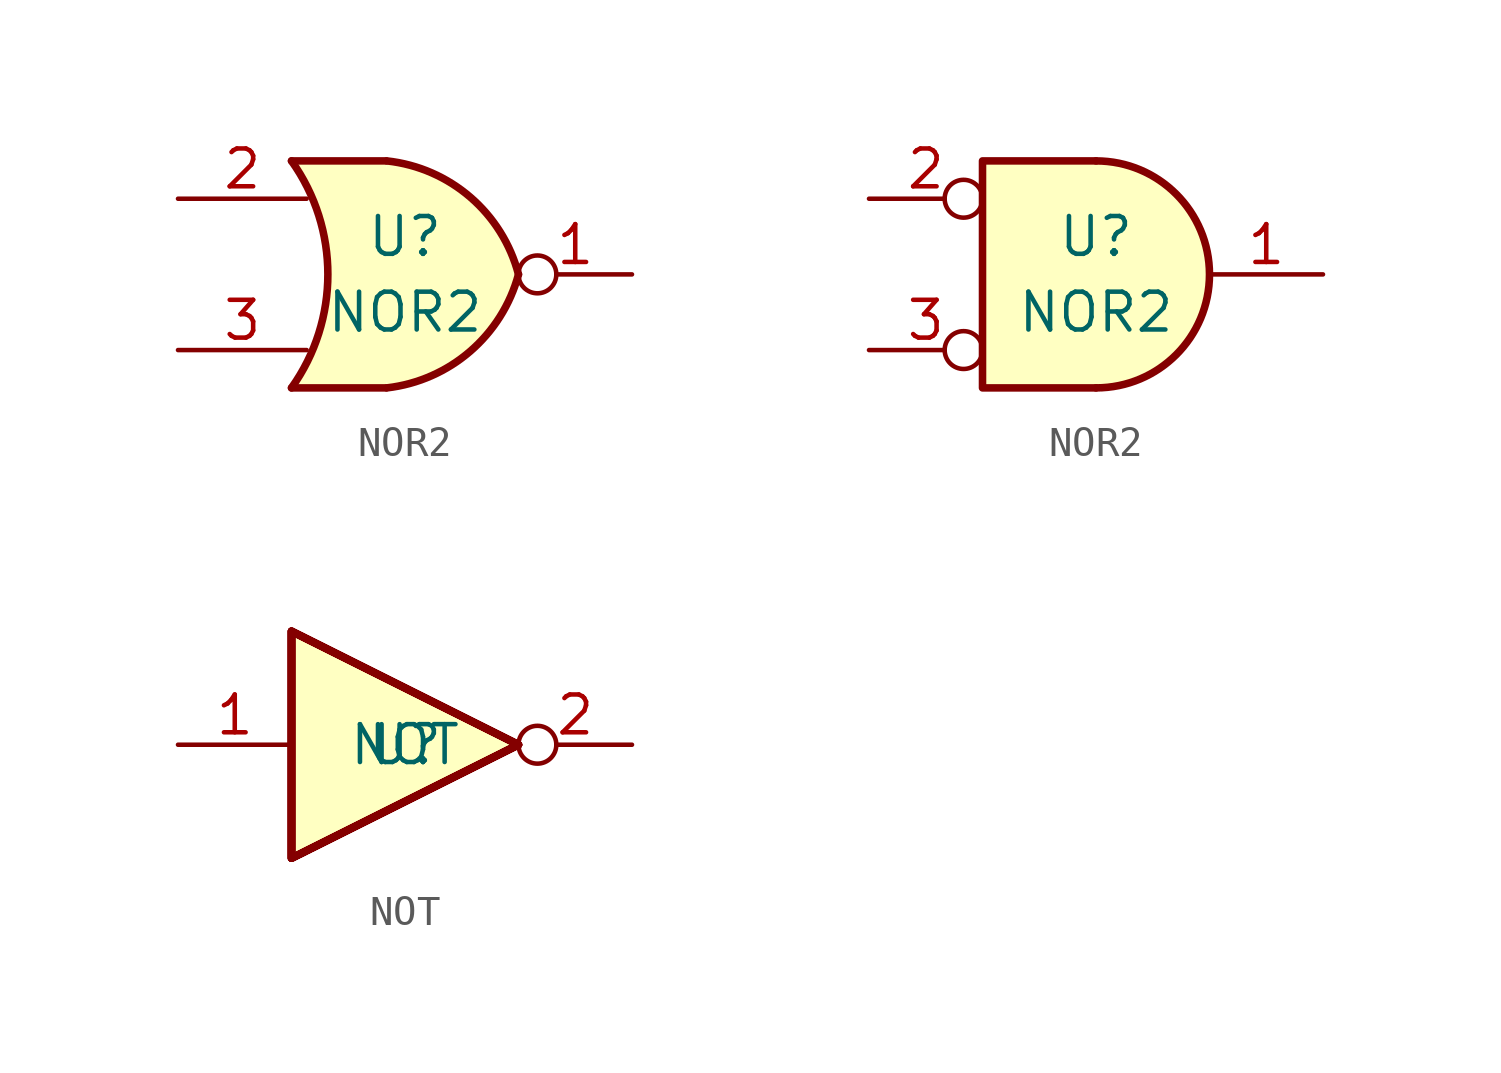
<source format=kicad_sym>
(kicad_symbol_lib
  (version 20211014)
  (generator kicad_symbol_editor)
  (symbol "NOR2"
    (pin_names
      (offset 1.016))
    (property "Reference" "U"
      (at 0 1.27 0)
      (effects (font (size 1.27 1.27))))
    (property "Value" "NOR2"
      (at 0 -1.27 0)
      (effects (font (size 1.27 1.27))))
    (symbol "NOR2_1_1"
      (arc (start -3.81 -3.81) (mid -2.589 0) (end -3.81 3.81) (stroke (width 0.254) (type default) (color 0 0 0 0)) (fill (type none)))
      (arc (start -0.6096 -3.81) (mid 2.1855 -2.584) (end 3.81 0) (stroke (width 0.254) (type default) (color 0 0 0 0)) (fill (type background)))
      (polyline (pts (xy -3.81 -3.81) (xy -0.635 -3.81)) (stroke (width 0.254) (type default) (color 0 0 0 0)) (fill (type background)))
      (polyline (pts (xy -3.81 3.81) (xy -0.635 3.81)) (stroke (width 0.254) (type default) (color 0 0 0 0)) (fill (type background)))
      (polyline (pts (xy -0.635 3.81) (xy -3.81 3.81) (xy -3.81 3.81) (xy -3.556 3.404) (xy -3.023 2.261) (xy -2.692 1.041) (xy -2.616 -0.254) (xy -2.769 -1.499) (xy -3.175 -2.718) (xy -3.81 -3.81) (xy -3.81 -3.81) (xy -0.635 -3.81)) (stroke (width -25.4) (type default) (color 0 0 0 0)) (fill (type background)))
      (arc (start 3.81 0) (mid 2.1928 2.5925) (end -0.6096 3.81) (stroke (width 0.254) (type default) (color 0 0 0 0)) (fill (type background)))
      (pin output inverted (at 7.62 0 180) (length 3.81) (name "~" (effects (font (size 1.27 1.27)))) (number "1" (effects (font (size 1.27 1.27)))))
      (pin input line (at -7.62 2.54 0) (length 4.318) (name "~" (effects (font (size 1.27 1.27)))) (number "2" (effects (font (size 1.27 1.27)))))
      (pin input line (at -7.62 -2.54 0) (length 4.318) (name "~" (effects (font (size 1.27 1.27)))) (number "3" (effects (font (size 1.27 1.27))))))
    (symbol "NOR2_1_2"
      (arc (start 0 -3.81) (mid 3.81 0) (end 0 3.81) (stroke (width 0.254) (type default) (color 0 0 0 0)) (fill (type background)))
      (polyline (pts (xy 0 3.81) (xy -3.81 3.81) (xy -3.81 -3.81) (xy 0 -3.81)) (stroke (width 0.254) (type default) (color 0 0 0 0)) (fill (type background)))
      (pin output line (at 7.62 0 180) (length 3.81) (name "~" (effects (font (size 1.27 1.27)))) (number "1" (effects (font (size 1.27 1.27)))))
      (pin input inverted (at -7.62 2.54 0) (length 3.81) (name "~" (effects (font (size 1.27 1.27)))) (number "2" (effects (font (size 1.27 1.27)))))
      (pin input inverted (at -7.62 -2.54 0) (length 3.81) (name "~" (effects (font (size 1.27 1.27)))) (number "3" (effects (font (size 1.27 1.27)))))))
  (symbol "NOT"
    (property "Reference" "U"
      (at 0 0 0)
      (effects (font (size 1.27 1.27))))
    (property "Value" "NOT"
      (at 0 0 0)
      (effects (font (size 1.27 1.27))))
    (symbol "NOT_1_0"
      (polyline (pts (xy -3.81 3.81) (xy -3.81 -3.81) (xy 3.81 0) (xy -3.81 3.81)) (stroke (width 0.254) (type default) (color 0 0 0 0)) (fill (type background)))
      (polyline (pts (xy -3.81 3.81) (xy -3.81 -3.81) (xy 3.81 0) (xy -3.81 3.81)) (stroke (width 0.254) (type default) (color 0 0 0 0)) (fill (type background)))
      (polyline (pts (xy -3.81 3.81) (xy -3.81 -3.81) (xy 3.81 0) (xy -3.81 3.81)) (stroke (width 0.254) (type default) (color 0 0 0 0)) (fill (type background)))
      (polyline (pts (xy -3.81 3.81) (xy -3.81 -3.81) (xy 3.81 0) (xy -3.81 3.81)) (stroke (width 0.254) (type default) (color 0 0 0 0)) (fill (type background)))
      (polyline (pts (xy -3.81 3.81) (xy -3.81 -3.81) (xy 3.81 0) (xy -3.81 3.81)) (stroke (width 0.254) (type default) (color 0 0 0 0)) (fill (type background)))
      (polyline (pts (xy -3.81 3.81) (xy -3.81 -3.81) (xy 3.81 0) (xy -3.81 3.81)) (stroke (width 0.254) (type default) (color 0 0 0 0)) (fill (type background)))
      (pin input line (at -7.62 0 0) (length 3.81) (name "~" (effects (font (size 1.27 1.27)))) (number "1" (effects (font (size 1.27 1.27)))))
      (pin output inverted (at 7.62 0 180) (length 3.81) (name "~" (effects (font (size 1.27 1.27)))) (number "2" (effects (font (size 1.27 1.27))))))))
</source>
